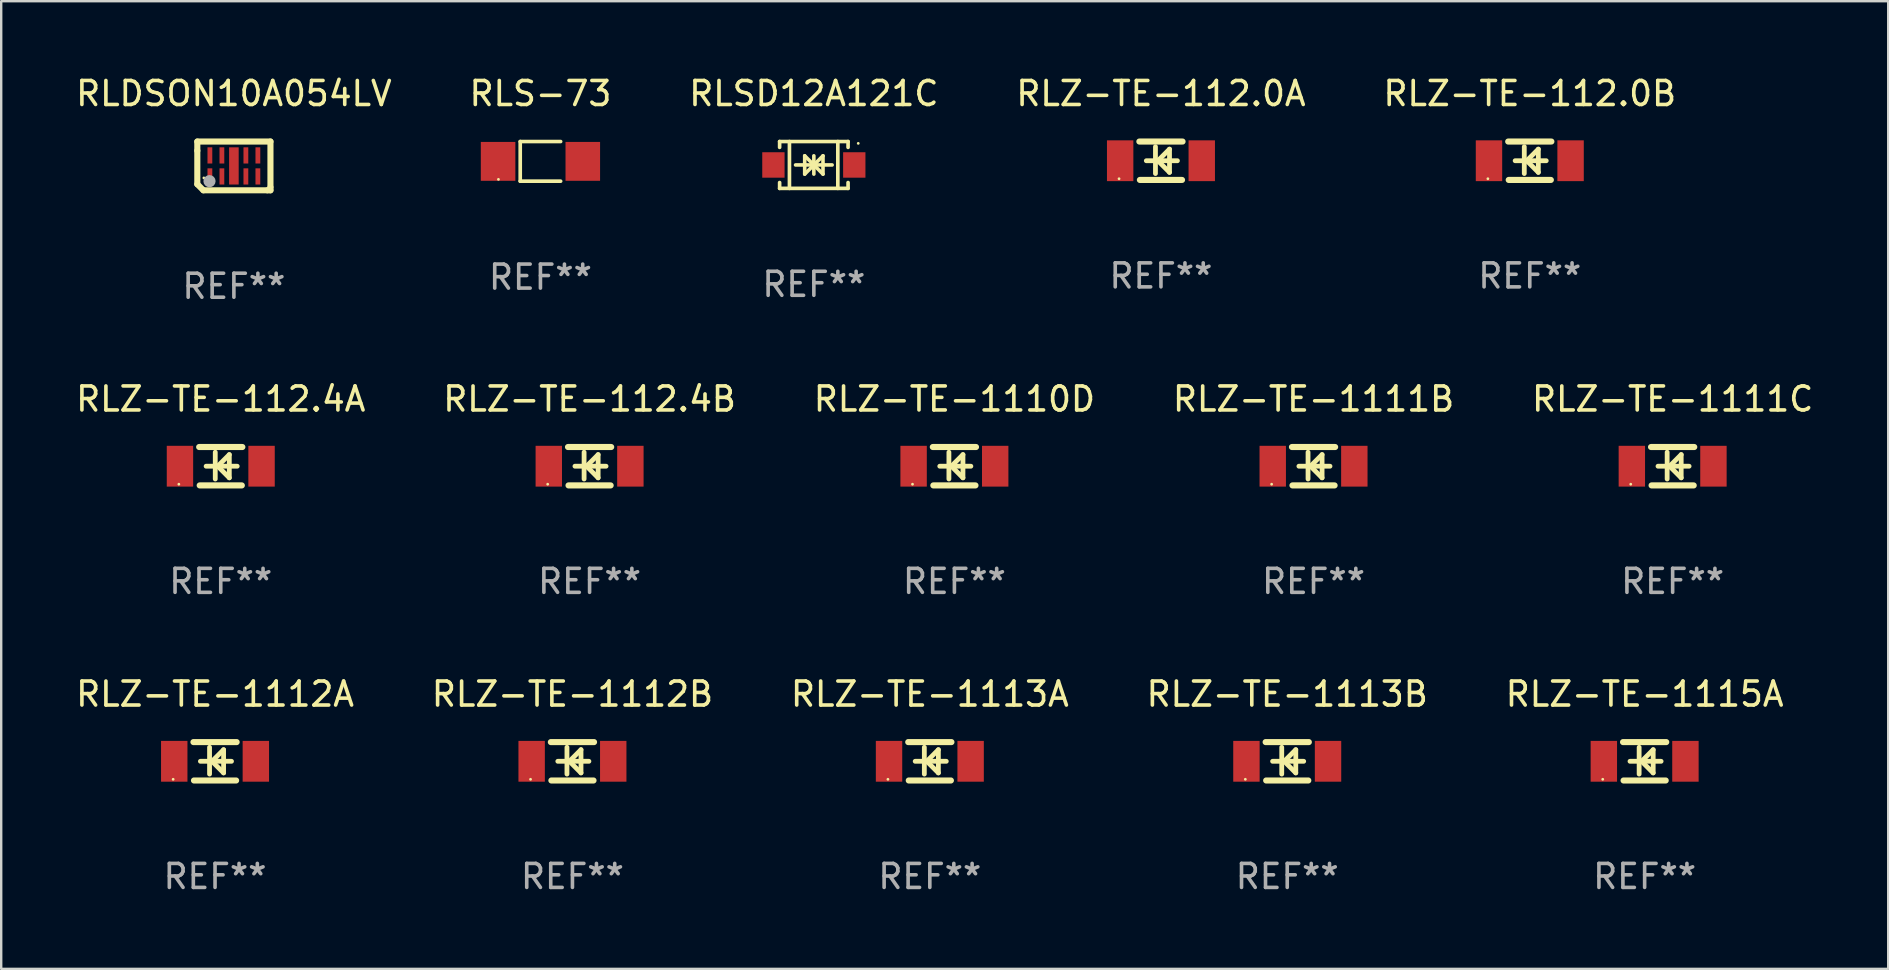
<source format=kicad_pcb>
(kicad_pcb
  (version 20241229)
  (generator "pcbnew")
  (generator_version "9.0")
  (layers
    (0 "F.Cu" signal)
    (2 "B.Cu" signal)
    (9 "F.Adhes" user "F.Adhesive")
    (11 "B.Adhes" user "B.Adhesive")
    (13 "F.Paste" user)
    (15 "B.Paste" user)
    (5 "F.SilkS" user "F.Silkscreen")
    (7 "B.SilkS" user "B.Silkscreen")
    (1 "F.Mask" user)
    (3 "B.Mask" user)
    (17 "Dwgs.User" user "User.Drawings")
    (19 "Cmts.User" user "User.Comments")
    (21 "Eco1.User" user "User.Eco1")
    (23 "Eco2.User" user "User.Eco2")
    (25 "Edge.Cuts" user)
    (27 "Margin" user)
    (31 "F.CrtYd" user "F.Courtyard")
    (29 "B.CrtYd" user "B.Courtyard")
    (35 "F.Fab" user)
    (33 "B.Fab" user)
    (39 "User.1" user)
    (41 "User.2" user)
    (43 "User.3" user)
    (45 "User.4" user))
  (footprint "RLZ-TE-1110D"
    (layer "F.Cu")
    (at 36.72 16.377)
    (property "Reference" "RLZ-TE-1110D" (at 0 -2.8 0) (layer "F.SilkS") (effects (font (size 1 1) (thickness 0.15))))
    (attr through_hole)
    (fp_line (start -0.9 -0.8) (end 0.9 -0.8) (stroke (width 0.254) (type solid)) (layer "F.SilkS"))
    (fp_line (start -0.878 0.8) (end 0.878 0.8) (stroke (width 0.254) (type solid)) (layer "F.SilkS"))
    (fp_line (start -0.61 0) (end 0.686 0) (stroke (width 0.2) (type solid)) (layer "F.SilkS"))
    (fp_line (start -0.229 -0.584) (end -0.229 0.533) (stroke (width 0.2) (type solid)) (layer "F.SilkS"))
    (fp_line (start -0.127 0) (end 0.356 -0.483) (stroke (width 0.2) (type solid)) (layer "F.SilkS"))
    (fp_line (start 0.356 -0.483) (end 0.356 0.483) (stroke (width 0.2) (type solid)) (layer "F.SilkS"))
    (fp_line (start 0.356 0.483) (end -0.102 0.025) (stroke (width 0.2) (type solid)) (layer "F.SilkS"))
    (fp_circle (center -1.746 0.75) (end -1.716 0.75) (stroke (width 0.06) (type solid)) (fill no) (layer "F.SilkS"))
    (fp_text user "REF**" (at 0 4.8 0) (layer "F.Fab") (effects (font (size 1 1) (thickness 0.15))))
    (pad "1" smd rect (at -1.7 0 180) (size 1.1 1.7) (layers "F.Cu" "F.Mask" "F.Paste"))
    (pad "2" smd rect (at 1.7 0 180) (size 1.1 1.7) (layers "F.Cu" "F.Mask" "F.Paste")))
  (footprint "RLZ-TE-1115A"
    (layer "F.Cu")
    (at 65.482 28.673)
    (property "Reference" "RLZ-TE-1115A" (at 0 -2.8 0) (layer "F.SilkS") (effects (font (size 1 1) (thickness 0.15))))
    (attr through_hole)
    (fp_line (start -0.9 -0.8) (end 0.9 -0.8) (stroke (width 0.254) (type solid)) (layer "F.SilkS"))
    (fp_line (start -0.878 0.8) (end 0.878 0.8) (stroke (width 0.254) (type solid)) (layer "F.SilkS"))
    (fp_line (start -0.61 0) (end 0.686 0) (stroke (width 0.2) (type solid)) (layer "F.SilkS"))
    (fp_line (start -0.229 -0.584) (end -0.229 0.533) (stroke (width 0.2) (type solid)) (layer "F.SilkS"))
    (fp_line (start -0.127 0) (end 0.356 -0.483) (stroke (width 0.2) (type solid)) (layer "F.SilkS"))
    (fp_line (start 0.356 -0.483) (end 0.356 0.483) (stroke (width 0.2) (type solid)) (layer "F.SilkS"))
    (fp_line (start 0.356 0.483) (end -0.102 0.025) (stroke (width 0.2) (type solid)) (layer "F.SilkS"))
    (fp_circle (center -1.746 0.75) (end -1.716 0.75) (stroke (width 0.06) (type solid)) (fill no) (layer "F.SilkS"))
    (fp_text user "REF**" (at 0 4.8 0) (layer "F.Fab") (effects (font (size 1 1) (thickness 0.15))))
    (pad "1" smd rect (at -1.7 0 180) (size 1.1 1.7) (layers "F.Cu" "F.Mask" "F.Paste"))
    (pad "2" smd rect (at 1.7 0 180) (size 1.1 1.7) (layers "F.Cu" "F.Mask" "F.Paste")))
  (footprint "RLZ-TE-1111C"
    (layer "F.Cu")
    (at 66.649 16.377)
    (property "Reference" "RLZ-TE-1111C" (at 0 -2.8 0) (layer "F.SilkS") (effects (font (size 1 1) (thickness 0.15))))
    (attr through_hole)
    (fp_line (start -0.9 -0.8) (end 0.9 -0.8) (stroke (width 0.254) (type solid)) (layer "F.SilkS"))
    (fp_line (start -0.878 0.8) (end 0.878 0.8) (stroke (width 0.254) (type solid)) (layer "F.SilkS"))
    (fp_line (start -0.61 0) (end 0.686 0) (stroke (width 0.2) (type solid)) (layer "F.SilkS"))
    (fp_line (start -0.229 -0.584) (end -0.229 0.533) (stroke (width 0.2) (type solid)) (layer "F.SilkS"))
    (fp_line (start -0.127 0) (end 0.356 -0.483) (stroke (width 0.2) (type solid)) (layer "F.SilkS"))
    (fp_line (start 0.356 -0.483) (end 0.356 0.483) (stroke (width 0.2) (type solid)) (layer "F.SilkS"))
    (fp_line (start 0.356 0.483) (end -0.102 0.025) (stroke (width 0.2) (type solid)) (layer "F.SilkS"))
    (fp_circle (center -1.746 0.75) (end -1.716 0.75) (stroke (width 0.06) (type solid)) (fill no) (layer "F.SilkS"))
    (fp_text user "REF**" (at 0 4.8 0) (layer "F.Fab") (effects (font (size 1 1) (thickness 0.15))))
    (pad "1" smd rect (at -1.7 0 180) (size 1.1 1.7) (layers "F.Cu" "F.Mask" "F.Paste"))
    (pad "2" smd rect (at 1.7 0 180) (size 1.1 1.7) (layers "F.Cu" "F.Mask" "F.Paste")))
  (footprint "RLZ-TE-112.4B"
    (layer "F.Cu")
    (at 21.518 16.377)
    (property "Reference" "RLZ-TE-112.4B" (at 0 -2.8 0) (layer "F.SilkS") (effects (font (size 1 1) (thickness 0.15))))
    (attr through_hole)
    (fp_line (start -0.9 -0.8) (end 0.9 -0.8) (stroke (width 0.254) (type solid)) (layer "F.SilkS"))
    (fp_line (start -0.878 0.8) (end 0.878 0.8) (stroke (width 0.254) (type solid)) (layer "F.SilkS"))
    (fp_line (start -0.61 0) (end 0.686 0) (stroke (width 0.2) (type solid)) (layer "F.SilkS"))
    (fp_line (start -0.229 -0.584) (end -0.229 0.533) (stroke (width 0.2) (type solid)) (layer "F.SilkS"))
    (fp_line (start -0.127 0) (end 0.356 -0.483) (stroke (width 0.2) (type solid)) (layer "F.SilkS"))
    (fp_line (start 0.356 -0.483) (end 0.356 0.483) (stroke (width 0.2) (type solid)) (layer "F.SilkS"))
    (fp_line (start 0.356 0.483) (end -0.102 0.025) (stroke (width 0.2) (type solid)) (layer "F.SilkS"))
    (fp_circle (center -1.746 0.75) (end -1.716 0.75) (stroke (width 0.06) (type solid)) (fill no) (layer "F.SilkS"))
    (fp_text user "REF**" (at 0 4.8 0) (layer "F.Fab") (effects (font (size 1 1) (thickness 0.15))))
    (pad "1" smd rect (at -1.7 0 180) (size 1.1 1.7) (layers "F.Cu" "F.Mask" "F.Paste"))
    (pad "2" smd rect (at 1.7 0 180) (size 1.1 1.7) (layers "F.Cu" "F.Mask" "F.Paste")))
  (footprint "RLZ-TE-112.0B"
    (layer "F.Cu")
    (at 60.696 3.648)
    (property "Reference" "RLZ-TE-112.0B" (at 0 -2.8 0) (layer "F.SilkS") (effects (font (size 1 1) (thickness 0.15))))
    (attr through_hole)
    (fp_line (start -0.9 -0.8) (end 0.9 -0.8) (stroke (width 0.254) (type solid)) (layer "F.SilkS"))
    (fp_line (start -0.878 0.8) (end 0.878 0.8) (stroke (width 0.254) (type solid)) (layer "F.SilkS"))
    (fp_line (start -0.61 0) (end 0.686 0) (stroke (width 0.2) (type solid)) (layer "F.SilkS"))
    (fp_line (start -0.229 -0.584) (end -0.229 0.533) (stroke (width 0.2) (type solid)) (layer "F.SilkS"))
    (fp_line (start -0.127 0) (end 0.356 -0.483) (stroke (width 0.2) (type solid)) (layer "F.SilkS"))
    (fp_line (start 0.356 -0.483) (end 0.356 0.483) (stroke (width 0.2) (type solid)) (layer "F.SilkS"))
    (fp_line (start 0.356 0.483) (end -0.102 0.025) (stroke (width 0.2) (type solid)) (layer "F.SilkS"))
    (fp_circle (center -1.746 0.75) (end -1.716 0.75) (stroke (width 0.06) (type solid)) (fill no) (layer "F.SilkS"))
    (fp_text user "REF**" (at 0 4.8 0) (layer "F.Fab") (effects (font (size 1 1) (thickness 0.15))))
    (pad "1" smd rect (at -1.7 0 180) (size 1.1 1.7) (layers "F.Cu" "F.Mask" "F.Paste"))
    (pad "2" smd rect (at 1.7 0 180) (size 1.1 1.7) (layers "F.Cu" "F.Mask" "F.Paste")))
  (footprint "RLZ-TE-1113B"
    (layer "F.Cu")
    (at 50.589 28.673)
    (property "Reference" "RLZ-TE-1113B" (at 0 -2.8 0) (layer "F.SilkS") (effects (font (size 1 1) (thickness 0.15))))
    (attr through_hole)
    (fp_line (start -0.9 -0.8) (end 0.9 -0.8) (stroke (width 0.254) (type solid)) (layer "F.SilkS"))
    (fp_line (start -0.878 0.8) (end 0.878 0.8) (stroke (width 0.254) (type solid)) (layer "F.SilkS"))
    (fp_line (start -0.61 0) (end 0.686 0) (stroke (width 0.2) (type solid)) (layer "F.SilkS"))
    (fp_line (start -0.229 -0.584) (end -0.229 0.533) (stroke (width 0.2) (type solid)) (layer "F.SilkS"))
    (fp_line (start -0.127 0) (end 0.356 -0.483) (stroke (width 0.2) (type solid)) (layer "F.SilkS"))
    (fp_line (start 0.356 -0.483) (end 0.356 0.483) (stroke (width 0.2) (type solid)) (layer "F.SilkS"))
    (fp_line (start 0.356 0.483) (end -0.102 0.025) (stroke (width 0.2) (type solid)) (layer "F.SilkS"))
    (fp_circle (center -1.746 0.75) (end -1.716 0.75) (stroke (width 0.06) (type solid)) (fill no) (layer "F.SilkS"))
    (fp_text user "REF**" (at 0 4.8 0) (layer "F.Fab") (effects (font (size 1 1) (thickness 0.15))))
    (pad "1" smd rect (at -1.7 0 180) (size 1.1 1.7) (layers "F.Cu" "F.Mask" "F.Paste"))
    (pad "2" smd rect (at 1.7 0 180) (size 1.1 1.7) (layers "F.Cu" "F.Mask" "F.Paste")))
  (footprint "RLDSON10A054LV"
    (layer "F.Cu")
    (at 6.696 3.864)
    (property "Reference" "RLDSON10A054LV" (at 0 -3.016 0) (layer "F.SilkS") (effects (font (size 1 1) (thickness 0.15))))
    (attr through_hole)
    (fp_line (start -1.524 -1.016) (end 1.524 -1.016) (stroke (width 0.254) (type solid)) (layer "F.SilkS"))
    (fp_line (start -1.524 -0.635) (end -1.524 -1.016) (stroke (width 0.254) (type solid)) (layer "F.SilkS"))
    (fp_line (start -1.524 0.762) (end -1.524 -0.635) (stroke (width 0.254) (type solid)) (layer "F.SilkS"))
    (fp_line (start -1.27 1.016) (end -1.524 0.762) (stroke (width 0.254) (type solid)) (layer "F.SilkS"))
    (fp_line (start 1.397 1.016) (end -1.27 1.016) (stroke (width 0.254) (type solid)) (layer "F.SilkS"))
    (fp_line (start 1.524 -1.016) (end 1.524 0.889) (stroke (width 0.254) (type solid)) (layer "F.SilkS"))
    (fp_line (start 1.524 0.889) (end 1.524 1.016) (stroke (width 0.254) (type solid)) (layer "F.SilkS"))
    (fp_line (start 1.524 1.016) (end 1.397 1.016) (stroke (width 0.254) (type solid)) (layer "F.SilkS"))
    (fp_circle (center -1.25 0.5) (end -1.22 0.5) (stroke (width 0.06) (type solid)) (fill no) (layer "F.SilkS"))
    (fp_circle (center -1.016 0.635) (end -0.889 0.635) (stroke (width 0.254) (type solid)) (fill no) (layer "F.Fab"))
    (fp_text user "REF**" (at 0 5.016 0) (layer "F.Fab") (effects (font (size 1 1) (thickness 0.15))))
    (pad "1" smd rect (at -1 0.438) (size 0.2 0.675) (layers "F.Cu" "F.Mask" "F.Paste"))
    (pad "2" smd rect (at -0.5 0.438) (size 0.2 0.675) (layers "F.Cu" "F.Mask" "F.Paste"))
    (pad "3-8" smd rect (at 0 0.000127) (size 0.4 1.55) (layers "F.Cu" "F.Mask" "F.Paste"))
    (pad "4" smd rect (at 0.5 0.438) (size 0.2 0.675) (layers "F.Cu" "F.Mask" "F.Paste"))
    (pad "5" smd rect (at 1 0.438) (size 0.2 0.675) (layers "F.Cu" "F.Mask" "F.Paste"))
    (pad "6" smd rect (at 1 -0.438) (size 0.2 0.675) (layers "F.Cu" "F.Mask" "F.Paste"))
    (pad "7" smd rect (at 0.5 -0.438) (size 0.2 0.675) (layers "F.Cu" "F.Mask" "F.Paste"))
    (pad "9" smd rect (at -0.5 -0.438) (size 0.2 0.675) (layers "F.Cu" "F.Mask" "F.Paste"))
    (pad "10" smd rect (at -1 -0.438) (size 0.2 0.675) (layers "F.Cu" "F.Mask" "F.Paste")))
  (footprint "RLZ-TE-1111B"
    (layer "F.Cu")
    (at 51.685 16.377)
    (property "Reference" "RLZ-TE-1111B" (at 0 -2.8 0) (layer "F.SilkS") (effects (font (size 1 1) (thickness 0.15))))
    (attr through_hole)
    (fp_line (start -0.9 -0.8) (end 0.9 -0.8) (stroke (width 0.254) (type solid)) (layer "F.SilkS"))
    (fp_line (start -0.878 0.8) (end 0.878 0.8) (stroke (width 0.254) (type solid)) (layer "F.SilkS"))
    (fp_line (start -0.61 0) (end 0.686 0) (stroke (width 0.2) (type solid)) (layer "F.SilkS"))
    (fp_line (start -0.229 -0.584) (end -0.229 0.533) (stroke (width 0.2) (type solid)) (layer "F.SilkS"))
    (fp_line (start -0.127 0) (end 0.356 -0.483) (stroke (width 0.2) (type solid)) (layer "F.SilkS"))
    (fp_line (start 0.356 -0.483) (end 0.356 0.483) (stroke (width 0.2) (type solid)) (layer "F.SilkS"))
    (fp_line (start 0.356 0.483) (end -0.102 0.025) (stroke (width 0.2) (type solid)) (layer "F.SilkS"))
    (fp_circle (center -1.746 0.75) (end -1.716 0.75) (stroke (width 0.06) (type solid)) (fill no) (layer "F.SilkS"))
    (fp_text user "REF**" (at 0 4.8 0) (layer "F.Fab") (effects (font (size 1 1) (thickness 0.15))))
    (pad "1" smd rect (at -1.7 0 180) (size 1.1 1.7) (layers "F.Cu" "F.Mask" "F.Paste"))
    (pad "2" smd rect (at 1.7 0 180) (size 1.1 1.7) (layers "F.Cu" "F.Mask" "F.Paste")))
  (footprint "RLS-73"
    (layer "F.Cu")
    (at 19.47 3.674)
    (property "Reference" "RLS-73" (at 0 -2.826 0) (layer "F.SilkS") (effects (font (size 1 1) (thickness 0.15))))
    (attr through_hole)
    (fp_line (start -0.842 -0.826) (end -0.842 0.826) (stroke (width 0.152) (type solid)) (layer "F.SilkS"))
    (fp_line (start -0.842 -0.826) (end 0.842 -0.826) (stroke (width 0.152) (type solid)) (layer "F.SilkS"))
    (fp_line (start -0.842 0.826) (end 0.842 0.826) (stroke (width 0.152) (type solid)) (layer "F.SilkS"))
    (fp_circle (center -1.75 0.75) (end -1.72 0.75) (stroke (width 0.06) (type solid)) (fill no) (layer "F.SilkS"))
    (fp_text user "REF**" (at 0 4.826 0) (layer "F.Fab") (effects (font (size 1 1) (thickness 0.15))))
    (pad "1" smd rect (at -1.765 0) (size 1.44 1.62) (layers "F.Cu" "F.Mask" "F.Paste"))
    (pad "2" smd rect (at 1.765 0) (size 1.44 1.62) (layers "F.Cu" "F.Mask" "F.Paste")))
  (footprint "RLZ-TE-1112B"
    (layer "F.Cu")
    (at 20.804 28.673)
    (property "Reference" "RLZ-TE-1112B" (at 0 -2.8 0) (layer "F.SilkS") (effects (font (size 1 1) (thickness 0.15))))
    (attr through_hole)
    (fp_line (start -0.9 -0.8) (end 0.9 -0.8) (stroke (width 0.254) (type solid)) (layer "F.SilkS"))
    (fp_line (start -0.878 0.8) (end 0.878 0.8) (stroke (width 0.254) (type solid)) (layer "F.SilkS"))
    (fp_line (start -0.61 0) (end 0.686 0) (stroke (width 0.2) (type solid)) (layer "F.SilkS"))
    (fp_line (start -0.229 -0.584) (end -0.229 0.533) (stroke (width 0.2) (type solid)) (layer "F.SilkS"))
    (fp_line (start -0.127 0) (end 0.356 -0.483) (stroke (width 0.2) (type solid)) (layer "F.SilkS"))
    (fp_line (start 0.356 -0.483) (end 0.356 0.483) (stroke (width 0.2) (type solid)) (layer "F.SilkS"))
    (fp_line (start 0.356 0.483) (end -0.102 0.025) (stroke (width 0.2) (type solid)) (layer "F.SilkS"))
    (fp_circle (center -1.746 0.75) (end -1.716 0.75) (stroke (width 0.06) (type solid)) (fill no) (layer "F.SilkS"))
    (fp_text user "REF**" (at 0 4.8 0) (layer "F.Fab") (effects (font (size 1 1) (thickness 0.15))))
    (pad "1" smd rect (at -1.7 0 180) (size 1.1 1.7) (layers "F.Cu" "F.Mask" "F.Paste"))
    (pad "2" smd rect (at 1.7 0 180) (size 1.1 1.7) (layers "F.Cu" "F.Mask" "F.Paste")))
  (footprint "RLSD12A121C"
    (layer "F.Cu")
    (at 30.863 3.824)
    (property "Reference" "RLSD12A121C" (at 0 -2.976 0) (layer "F.SilkS") (effects (font (size 1 1) (thickness 0.15))))
    (attr through_hole)
    (fp_line (start -1.426 -0.976) (end -1.426 -0.733) (stroke (width 0.152) (type solid)) (layer "F.SilkS"))
    (fp_line (start -1.426 -0.976) (end 1.426 -0.976) (stroke (width 0.152) (type solid)) (layer "F.SilkS"))
    (fp_line (start -1.426 0.976) (end -1.426 0.733) (stroke (width 0.152) (type solid)) (layer "F.SilkS"))
    (fp_line (start -1.426 0.976) (end 1.426 0.976) (stroke (width 0.152) (type solid)) (layer "F.SilkS"))
    (fp_line (start -1.017 -0.976) (end -1.017 0.976) (stroke (width 0.152) (type solid)) (layer "F.SilkS"))
    (fp_line (start -0.762 0) (end 0.762 0) (stroke (width 0.15) (type solid)) (layer "F.SilkS"))
    (fp_line (start -0.381 -0.381) (end 0 0) (stroke (width 0.15) (type solid)) (layer "F.SilkS"))
    (fp_line (start -0.381 0.381) (end -0.381 -0.381) (stroke (width 0.15) (type solid)) (layer "F.SilkS"))
    (fp_line (start 0 -0.381) (end 0 0.381) (stroke (width 0.15) (type solid)) (layer "F.SilkS"))
    (fp_line (start 0 0) (end -0.381 0.381) (stroke (width 0.15) (type solid)) (layer "F.SilkS"))
    (fp_line (start 0 0) (end 0.381 -0.381) (stroke (width 0.15) (type solid)) (layer "F.SilkS"))
    (fp_line (start 0.381 -0.381) (end 0.381 0.381) (stroke (width 0.15) (type solid)) (layer "F.SilkS"))
    (fp_line (start 0.381 0.381) (end 0 0) (stroke (width 0.15) (type solid)) (layer "F.SilkS"))
    (fp_line (start 0.999 -0.976) (end 0.999 0.976) (stroke (width 0.152) (type solid)) (layer "F.SilkS"))
    (fp_line (start 1.426 -0.976) (end 1.426 -0.733) (stroke (width 0.152) (type solid)) (layer "F.SilkS"))
    (fp_line (start 1.426 0.976) (end 1.426 0.733) (stroke (width 0.152) (type solid)) (layer "F.SilkS"))
    (fp_circle (center 1.85 -0.9) (end 1.88 -0.9) (stroke (width 0.06) (type solid)) (fill no) (layer "F.SilkS"))
    (fp_text user "REF**" (at 0 4.976 0) (layer "F.Fab") (effects (font (size 1 1) (thickness 0.15))))
    (pad "1" smd rect (at 1.685 0 180) (size 0.93 1.06) (layers "F.Cu" "F.Mask" "F.Paste"))
    (pad "2" smd rect (at -1.685 0 180) (size 0.93 1.06) (layers "F.Cu" "F.Mask" "F.Paste")))
  (footprint "RLZ-TE-112.0A"
    (layer "F.Cu")
    (at 45.327 3.648)
    (property "Reference" "RLZ-TE-112.0A" (at 0 -2.8 0) (layer "F.SilkS") (effects (font (size 1 1) (thickness 0.15))))
    (attr through_hole)
    (fp_line (start -0.9 -0.8) (end 0.9 -0.8) (stroke (width 0.254) (type solid)) (layer "F.SilkS"))
    (fp_line (start -0.878 0.8) (end 0.878 0.8) (stroke (width 0.254) (type solid)) (layer "F.SilkS"))
    (fp_line (start -0.61 0) (end 0.686 0) (stroke (width 0.2) (type solid)) (layer "F.SilkS"))
    (fp_line (start -0.229 -0.584) (end -0.229 0.533) (stroke (width 0.2) (type solid)) (layer "F.SilkS"))
    (fp_line (start -0.127 0) (end 0.356 -0.483) (stroke (width 0.2) (type solid)) (layer "F.SilkS"))
    (fp_line (start 0.356 -0.483) (end 0.356 0.483) (stroke (width 0.2) (type solid)) (layer "F.SilkS"))
    (fp_line (start 0.356 0.483) (end -0.102 0.025) (stroke (width 0.2) (type solid)) (layer "F.SilkS"))
    (fp_circle (center -1.746 0.75) (end -1.716 0.75) (stroke (width 0.06) (type solid)) (fill no) (layer "F.SilkS"))
    (fp_text user "REF**" (at 0 4.8 0) (layer "F.Fab") (effects (font (size 1 1) (thickness 0.15))))
    (pad "1" smd rect (at -1.7 0 180) (size 1.1 1.7) (layers "F.Cu" "F.Mask" "F.Paste"))
    (pad "2" smd rect (at 1.7 0 180) (size 1.1 1.7) (layers "F.Cu" "F.Mask" "F.Paste")))
  (footprint "RLZ-TE-1113A"
    (layer "F.Cu")
    (at 35.696 28.673)
    (property "Reference" "RLZ-TE-1113A" (at 0 -2.8 0) (layer "F.SilkS") (effects (font (size 1 1) (thickness 0.15))))
    (attr through_hole)
    (fp_line (start -0.9 -0.8) (end 0.9 -0.8) (stroke (width 0.254) (type solid)) (layer "F.SilkS"))
    (fp_line (start -0.878 0.8) (end 0.878 0.8) (stroke (width 0.254) (type solid)) (layer "F.SilkS"))
    (fp_line (start -0.61 0) (end 0.686 0) (stroke (width 0.2) (type solid)) (layer "F.SilkS"))
    (fp_line (start -0.229 -0.584) (end -0.229 0.533) (stroke (width 0.2) (type solid)) (layer "F.SilkS"))
    (fp_line (start -0.127 0) (end 0.356 -0.483) (stroke (width 0.2) (type solid)) (layer "F.SilkS"))
    (fp_line (start 0.356 -0.483) (end 0.356 0.483) (stroke (width 0.2) (type solid)) (layer "F.SilkS"))
    (fp_line (start 0.356 0.483) (end -0.102 0.025) (stroke (width 0.2) (type solid)) (layer "F.SilkS"))
    (fp_circle (center -1.746 0.75) (end -1.716 0.75) (stroke (width 0.06) (type solid)) (fill no) (layer "F.SilkS"))
    (fp_text user "REF**" (at 0 4.8 0) (layer "F.Fab") (effects (font (size 1 1) (thickness 0.15))))
    (pad "1" smd rect (at -1.7 0 180) (size 1.1 1.7) (layers "F.Cu" "F.Mask" "F.Paste"))
    (pad "2" smd rect (at 1.7 0 180) (size 1.1 1.7) (layers "F.Cu" "F.Mask" "F.Paste")))
  (footprint "RLZ-TE-1112A"
    (layer "F.Cu")
    (at 5.911 28.673)
    (property "Reference" "RLZ-TE-1112A" (at 0 -2.8 0) (layer "F.SilkS") (effects (font (size 1 1) (thickness 0.15))))
    (attr through_hole)
    (fp_line (start -0.9 -0.8) (end 0.9 -0.8) (stroke (width 0.254) (type solid)) (layer "F.SilkS"))
    (fp_line (start -0.878 0.8) (end 0.878 0.8) (stroke (width 0.254) (type solid)) (layer "F.SilkS"))
    (fp_line (start -0.61 0) (end 0.686 0) (stroke (width 0.2) (type solid)) (layer "F.SilkS"))
    (fp_line (start -0.229 -0.584) (end -0.229 0.533) (stroke (width 0.2) (type solid)) (layer "F.SilkS"))
    (fp_line (start -0.127 0) (end 0.356 -0.483) (stroke (width 0.2) (type solid)) (layer "F.SilkS"))
    (fp_line (start 0.356 -0.483) (end 0.356 0.483) (stroke (width 0.2) (type solid)) (layer "F.SilkS"))
    (fp_line (start 0.356 0.483) (end -0.102 0.025) (stroke (width 0.2) (type solid)) (layer "F.SilkS"))
    (fp_circle (center -1.746 0.75) (end -1.716 0.75) (stroke (width 0.06) (type solid)) (fill no) (layer "F.SilkS"))
    (fp_text user "REF**" (at 0 4.8 0) (layer "F.Fab") (effects (font (size 1 1) (thickness 0.15))))
    (pad "1" smd rect (at -1.7 0 180) (size 1.1 1.7) (layers "F.Cu" "F.Mask" "F.Paste"))
    (pad "2" smd rect (at 1.7 0 180) (size 1.1 1.7) (layers "F.Cu" "F.Mask" "F.Paste")))
  (footprint "RLZ-TE-112.4A"
    (layer "F.Cu")
    (at 6.149 16.377)
    (property "Reference" "RLZ-TE-112.4A" (at 0 -2.8 0) (layer "F.SilkS") (effects (font (size 1 1) (thickness 0.15))))
    (attr through_hole)
    (fp_line (start -0.9 -0.8) (end 0.9 -0.8) (stroke (width 0.254) (type solid)) (layer "F.SilkS"))
    (fp_line (start -0.878 0.8) (end 0.878 0.8) (stroke (width 0.254) (type solid)) (layer "F.SilkS"))
    (fp_line (start -0.61 0) (end 0.686 0) (stroke (width 0.2) (type solid)) (layer "F.SilkS"))
    (fp_line (start -0.229 -0.584) (end -0.229 0.533) (stroke (width 0.2) (type solid)) (layer "F.SilkS"))
    (fp_line (start -0.127 0) (end 0.356 -0.483) (stroke (width 0.2) (type solid)) (layer "F.SilkS"))
    (fp_line (start 0.356 -0.483) (end 0.356 0.483) (stroke (width 0.2) (type solid)) (layer "F.SilkS"))
    (fp_line (start 0.356 0.483) (end -0.102 0.025) (stroke (width 0.2) (type solid)) (layer "F.SilkS"))
    (fp_circle (center -1.746 0.75) (end -1.716 0.75) (stroke (width 0.06) (type solid)) (fill no) (layer "F.SilkS"))
    (fp_text user "REF**" (at 0 4.8 0) (layer "F.Fab") (effects (font (size 1 1) (thickness 0.15))))
    (pad "1" smd rect (at -1.7 0 180) (size 1.1 1.7) (layers "F.Cu" "F.Mask" "F.Paste"))
    (pad "2" smd rect (at 1.7 0 180) (size 1.1 1.7) (layers "F.Cu" "F.Mask" "F.Paste")))
  (gr_rect
    (start -3 -3)
    (end 75.631 37.322)
    (stroke (width 0.1) (type default))
    (fill no)
    (layer "Edge.Cuts")))
</source>
